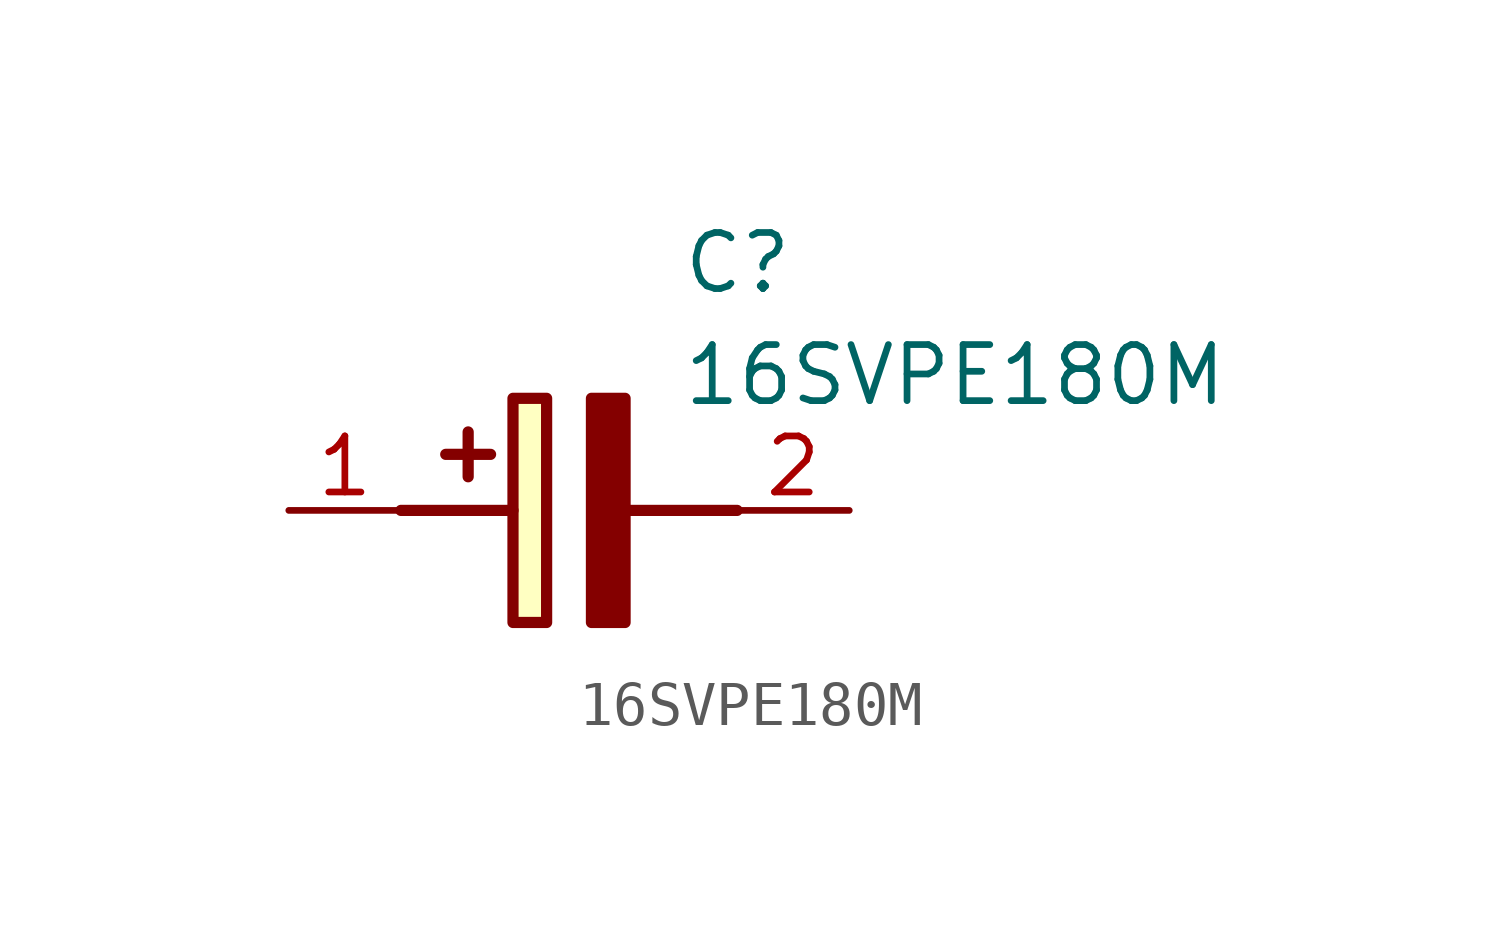
<source format=kicad_sym>
(kicad_symbol_lib
  (version 20211014)
  (generator SamacSys_ECAD_Model)
  (symbol "16SVPE180M"
    (pin_names hide)
    (property "Reference" "C"
      (at 8.89 6.35 0)
      (effects (font (size 1.27 1.27)) (justify left top)))
    (property "Value" "16SVPE180M"
      (at 8.89 3.81 0)
      (effects (font (size 1.27 1.27)) (justify left top)))
    (rectangle
      (start 5.08 2.54)
      (end 5.842 -2.54)
      (stroke (width 0.254) (type default))
      (fill (type background)))
    (polyline
      (pts (xy 4.572 1.27) (xy 3.556 1.27))
      (stroke (width 0.254) (type default))
      (fill (type none)))
    (polyline
      (pts (xy 4.064 1.778) (xy 4.064 0.762))
      (stroke (width 0.254) (type default))
      (fill (type none)))
    (polyline
      (pts (xy 2.54 0) (xy 5.08 0))
      (stroke (width 0.254) (type default))
      (fill (type none)))
    (polyline
      (pts (xy 7.62 0) (xy 10.16 0))
      (stroke (width 0.254) (type default))
      (fill (type none)))
    (polyline
      (pts (xy 7.62 2.54) (xy 7.62 -2.54) (xy 6.858 -2.54) (xy 6.858 2.54) (xy 7.62 2.54))
      (stroke (width 0.254) (type default))
      (fill (type outline)))
    (pin passive line
      (at 0 0 0)
      (length 2.54)
      (name "+" (effects (font (size 1.27 1.27))))
      (number "1" (effects (font (size 1.27 1.27)))))
    (pin passive line
      (at 12.7 0 180)
      (length 2.54)
      (name "-" (effects (font (size 1.27 1.27))))
      (number "2" (effects (font (size 1.27 1.27)))))))
</source>
